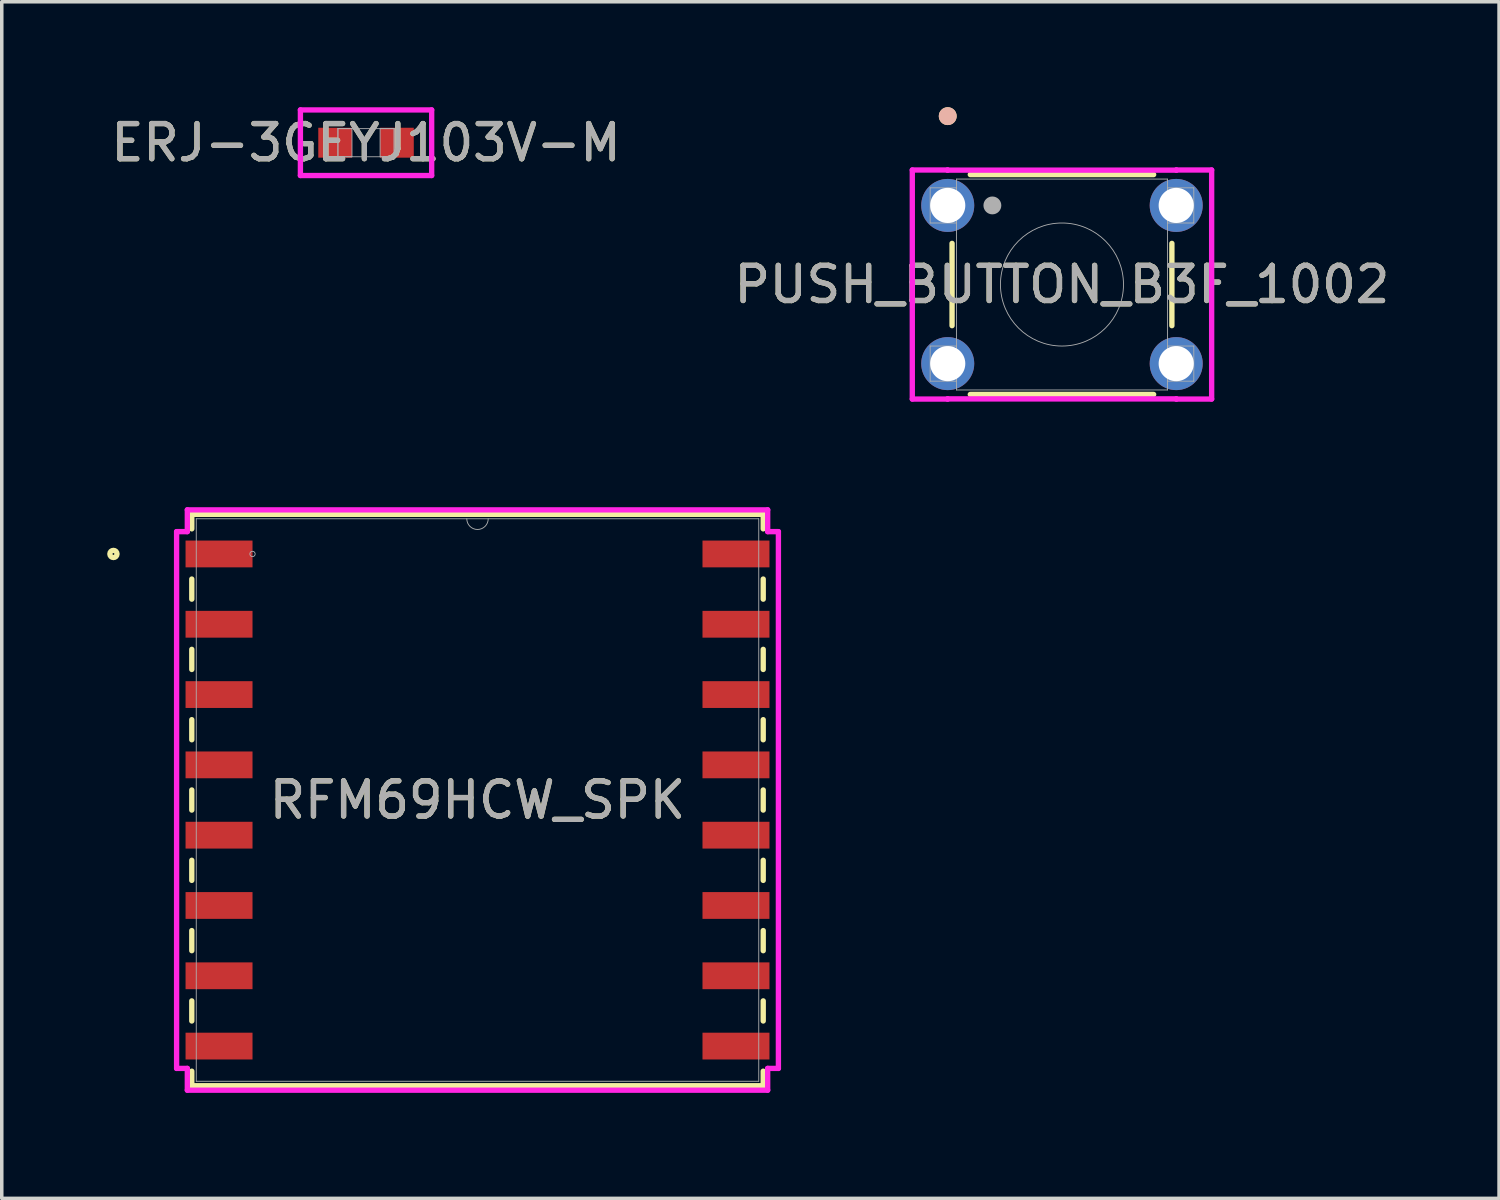
<source format=kicad_pcb>
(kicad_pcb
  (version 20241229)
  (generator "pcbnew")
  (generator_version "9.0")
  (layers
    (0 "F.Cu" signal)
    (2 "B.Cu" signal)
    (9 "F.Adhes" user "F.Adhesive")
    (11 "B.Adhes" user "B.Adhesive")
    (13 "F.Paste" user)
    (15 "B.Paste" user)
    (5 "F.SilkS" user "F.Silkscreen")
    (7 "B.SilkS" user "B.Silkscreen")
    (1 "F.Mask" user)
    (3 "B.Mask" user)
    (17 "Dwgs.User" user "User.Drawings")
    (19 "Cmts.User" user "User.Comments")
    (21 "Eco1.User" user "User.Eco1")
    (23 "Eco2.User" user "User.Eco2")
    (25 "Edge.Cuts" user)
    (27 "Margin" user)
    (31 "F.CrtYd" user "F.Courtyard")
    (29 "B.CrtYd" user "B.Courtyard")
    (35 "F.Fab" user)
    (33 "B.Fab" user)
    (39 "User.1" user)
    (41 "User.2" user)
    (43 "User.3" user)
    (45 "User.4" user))
  (footprint "PUSH_BUTTON_B3F_1002"
    (layer "F.Cu")
    (at 23.911 2.794)
    (property "Reference" "PUSH_BUTTON_B3F_1002" (at 3.25 2.25 0) (unlocked yes) (layer "F.SilkS") (effects (font (size 1 1) (thickness 0.15))))
    (attr through_hole)
    (fp_line (start 0.123 1.08) (end 0.123 3.42) (stroke (width 0.152) (type solid)) (layer "F.SilkS"))
    (fp_line (start 0.642 5.377) (end 5.858 5.377) (stroke (width 0.152) (type solid)) (layer "F.SilkS"))
    (fp_line (start 5.858 -0.877) (end 0.642 -0.877) (stroke (width 0.152) (type solid)) (layer "F.SilkS"))
    (fp_line (start 6.377 3.42) (end 6.377 1.08) (stroke (width 0.152) (type solid)) (layer "F.SilkS"))
    (fp_circle (center 0 -2.54) (end 0.127 -2.54) (stroke (width 0.254) (type solid)) (fill no) (layer "F.SilkS"))
    (fp_circle (center 0 -2.54) (end 0.127 -2.54) (stroke (width 0.254) (type solid)) (fill no) (layer "B.SilkS"))
    (fp_line (start -1.008 -1.008) (end -0.004 -1.008) (stroke (width 0.152) (type solid)) (layer "F.CrtYd"))
    (fp_line (start -1.008 5.508) (end -1.008 -1.008) (stroke (width 0.152) (type solid)) (layer "F.CrtYd"))
    (fp_line (start -1.008 5.508) (end -0.004 5.508) (stroke (width 0.152) (type solid)) (layer "F.CrtYd"))
    (fp_line (start -0.004 -1.008) (end -0.004 -1.004) (stroke (width 0.152) (type solid)) (layer "F.CrtYd"))
    (fp_line (start -0.004 -1.004) (end 6.504 -1.004) (stroke (width 0.152) (type solid)) (layer "F.CrtYd"))
    (fp_line (start -0.004 5.504) (end -0.004 5.508) (stroke (width 0.152) (type solid)) (layer "F.CrtYd"))
    (fp_line (start 6.504 -1.004) (end 6.504 -1.008) (stroke (width 0.152) (type solid)) (layer "F.CrtYd"))
    (fp_line (start 6.504 5.504) (end -0.004 5.504) (stroke (width 0.152) (type solid)) (layer "F.CrtYd"))
    (fp_line (start 6.504 5.508) (end 6.504 5.504) (stroke (width 0.152) (type solid)) (layer "F.CrtYd"))
    (fp_line (start 7.508 -1.008) (end 6.504 -1.008) (stroke (width 0.152) (type solid)) (layer "F.CrtYd"))
    (fp_line (start 7.508 -1.008) (end 7.508 5.508) (stroke (width 0.152) (type solid)) (layer "F.CrtYd"))
    (fp_line (start 7.508 5.508) (end 6.504 5.508) (stroke (width 0.152) (type solid)) (layer "F.CrtYd"))
    (fp_line (start -0.5 -0.5) (end -0.5 0.5) (stroke (width 0.025) (type solid)) (layer "F.Fab"))
    (fp_line (start -0.5 0.5) (end 0.25 0.5) (stroke (width 0.025) (type solid)) (layer "F.Fab"))
    (fp_line (start -0.5 4) (end -0.5 5) (stroke (width 0.025) (type solid)) (layer "F.Fab"))
    (fp_line (start -0.5 5) (end 0.25 5) (stroke (width 0.025) (type solid)) (layer "F.Fab"))
    (fp_line (start 0.25 -0.75) (end 0.25 5.25) (stroke (width 0.025) (type solid)) (layer "F.Fab"))
    (fp_line (start 0.25 5.25) (end 6.25 5.25) (stroke (width 0.025) (type solid)) (layer "F.Fab"))
    (fp_line (start 0.25 -0.5) (end -0.5 -0.5) (stroke (width 0.025) (type solid)) (layer "F.Fab"))
    (fp_line (start 0.25 0.5) (end 0.25 -0.5) (stroke (width 0.025) (type solid)) (layer "F.Fab"))
    (fp_line (start 0.25 4) (end -0.5 4) (stroke (width 0.025) (type solid)) (layer "F.Fab"))
    (fp_line (start 0.25 5) (end 0.25 4) (stroke (width 0.025) (type solid)) (layer "F.Fab"))
    (fp_line (start 6.25 -0.5) (end 6.25 0.5) (stroke (width 0.025) (type solid)) (layer "F.Fab"))
    (fp_line (start 6.25 0.5) (end 7 0.5) (stroke (width 0.025) (type solid)) (layer "F.Fab"))
    (fp_line (start 6.25 4) (end 6.25 5) (stroke (width 0.025) (type solid)) (layer "F.Fab"))
    (fp_line (start 6.25 5) (end 7 5) (stroke (width 0.025) (type solid)) (layer "F.Fab"))
    (fp_line (start 6.25 -0.75) (end 0.25 -0.75) (stroke (width 0.025) (type solid)) (layer "F.Fab"))
    (fp_line (start 6.25 5.25) (end 6.25 -0.75) (stroke (width 0.025) (type solid)) (layer "F.Fab"))
    (fp_line (start 7 -0.5) (end 6.25 -0.5) (stroke (width 0.025) (type solid)) (layer "F.Fab"))
    (fp_line (start 7 0.5) (end 7 -0.5) (stroke (width 0.025) (type solid)) (layer "F.Fab"))
    (fp_line (start 7 4) (end 6.25 4) (stroke (width 0.025) (type solid)) (layer "F.Fab"))
    (fp_line (start 7 5) (end 7 4) (stroke (width 0.025) (type solid)) (layer "F.Fab"))
    (fp_circle (center 1.27 0) (end 1.397 0) (stroke (width 0.254) (type solid)) (fill no) (layer "F.Fab"))
    (fp_circle (center 3.25 2.25) (end 5 2.25) (stroke (width 0.025) (type solid)) (fill no) (layer "F.Fab"))
    (fp_text user "${REFERENCE}" (at 3.25 2.25 0) (unlocked yes) (layer "F.Fab") (effects (font (size 1 1) (thickness 0.15))))
    (pad "1" thru_hole circle (at 0 0) (size 1.508 1.508) (drill 1) (layers "*.Cu" "*.Mask"))
    (pad "2" thru_hole circle (at 6.5 0) (size 1.508 1.508) (drill 1) (layers "*.Cu" "*.Mask"))
    (pad "3" thru_hole circle (at 0 4.5) (size 1.508 1.508) (drill 1) (layers "*.Cu" "*.Mask"))
    (pad "4" thru_hole circle (at 6.5 4.5) (size 1.508 1.508) (drill 1) (layers "*.Cu" "*.Mask")))
  (footprint "ERJ-3GEYJ103V-M"
    (layer "F.Cu")
    (at 7.363 1.01)
    (property "Reference" "ERJ-3GEYJ103V-M" (at 0 0 0) (unlocked yes) (layer "F.SilkS") (effects (font (size 1 1) (thickness 0.15))))
    (attr smd)
    (fp_line (start -1.867 -0.933) (end 1.867 -0.933) (stroke (width 0.152) (type solid)) (layer "F.CrtYd"))
    (fp_line (start -1.867 0.933) (end -1.867 -0.933) (stroke (width 0.152) (type solid)) (layer "F.CrtYd"))
    (fp_line (start 1.867 -0.933) (end 1.867 0.933) (stroke (width 0.152) (type solid)) (layer "F.CrtYd"))
    (fp_line (start 1.867 0.933) (end -1.867 0.933) (stroke (width 0.152) (type solid)) (layer "F.CrtYd"))
    (fp_line (start -0.8 -0.4) (end -0.8 0.4) (stroke (width 0.025) (type solid)) (layer "F.Fab"))
    (fp_line (start -0.8 -0.4) (end -0.8 0.4) (stroke (width 0.025) (type solid)) (layer "F.Fab"))
    (fp_line (start -0.8 0.4) (end -0.4 0.4) (stroke (width 0.025) (type solid)) (layer "F.Fab"))
    (fp_line (start -0.8 0.4) (end 0.8 0.4) (stroke (width 0.025) (type solid)) (layer "F.Fab"))
    (fp_line (start -0.4 -0.4) (end -0.8 -0.4) (stroke (width 0.025) (type solid)) (layer "F.Fab"))
    (fp_line (start -0.4 0.4) (end -0.4 -0.4) (stroke (width 0.025) (type solid)) (layer "F.Fab"))
    (fp_line (start 0.4 -0.4) (end 0.4 0.4) (stroke (width 0.025) (type solid)) (layer "F.Fab"))
    (fp_line (start 0.4 0.4) (end 0.8 0.4) (stroke (width 0.025) (type solid)) (layer "F.Fab"))
    (fp_line (start 0.8 -0.4) (end -0.8 -0.4) (stroke (width 0.025) (type solid)) (layer "F.Fab"))
    (fp_line (start 0.8 -0.4) (end 0.4 -0.4) (stroke (width 0.025) (type solid)) (layer "F.Fab"))
    (fp_line (start 0.8 0.4) (end 0.8 -0.4) (stroke (width 0.025) (type solid)) (layer "F.Fab"))
    (fp_line (start 0.8 0.4) (end 0.8 -0.4) (stroke (width 0.025) (type solid)) (layer "F.Fab"))
    (fp_text user "${REFERENCE}" (at 0 0 0) (unlocked yes) (layer "F.Fab") (effects (font (size 1 1) (thickness 0.15))))
    (pad "1" smd rect (at -0.879 0) (size 0.959 0.851) (layers "F.Cu" "F.Mask" "F.Paste"))
    (pad "2" smd rect (at 0.879 0) (size 0.959 0.851) (layers "F.Cu" "F.Mask" "F.Paste"))
    (zone (net_name "") (layer "F.Cu") (hatch full 0.508) (connect_pads) (min_thickness 0.254) (filled_areas_thickness no) (keepout (tracks not_allowed) (vias not_allowed) (pads allowed) (copperpour not_allowed) (footprints allowed)) (placement (enabled no)) (fill) (polygon (pts (xy 7.014 0.66) (xy 7.712 0.66) (xy 7.712 1.359) (xy 7.014 1.359)))))
  (footprint "RFM69HCW_SPK"
    (layer "F.Cu")
    (at 10.534 19.709)
    (property "Reference" "RFM69HCW_SPK" (at 0 0 0) (unlocked yes) (layer "F.SilkS") (effects (font (size 1 1) (thickness 0.15))))
    (attr smd)
    (fp_line (start -8.128 -8.128) (end -8.128 -7.714) (stroke (width 0.152) (type solid)) (layer "F.SilkS"))
    (fp_line (start -8.128 -6.286) (end -8.128 -5.714) (stroke (width 0.152) (type solid)) (layer "F.SilkS"))
    (fp_line (start -8.128 -4.286) (end -8.128 -3.714) (stroke (width 0.152) (type solid)) (layer "F.SilkS"))
    (fp_line (start -8.128 -2.286) (end -8.128 -1.714) (stroke (width 0.152) (type solid)) (layer "F.SilkS"))
    (fp_line (start -8.128 -0.286) (end -8.128 0.286) (stroke (width 0.152) (type solid)) (layer "F.SilkS"))
    (fp_line (start -8.128 1.714) (end -8.128 2.286) (stroke (width 0.152) (type solid)) (layer "F.SilkS"))
    (fp_line (start -8.128 3.714) (end -8.128 4.286) (stroke (width 0.152) (type solid)) (layer "F.SilkS"))
    (fp_line (start -8.128 5.714) (end -8.128 6.286) (stroke (width 0.152) (type solid)) (layer "F.SilkS"))
    (fp_line (start -8.128 7.714) (end -8.128 8.128) (stroke (width 0.152) (type solid)) (layer "F.SilkS"))
    (fp_line (start -8.128 8.128) (end 8.128 8.128) (stroke (width 0.152) (type solid)) (layer "F.SilkS"))
    (fp_line (start 8.128 -8.128) (end -8.128 -8.128) (stroke (width 0.152) (type solid)) (layer "F.SilkS"))
    (fp_line (start 8.128 -7.714) (end 8.128 -8.128) (stroke (width 0.152) (type solid)) (layer "F.SilkS"))
    (fp_line (start 8.128 -5.714) (end 8.128 -6.286) (stroke (width 0.152) (type solid)) (layer "F.SilkS"))
    (fp_line (start 8.128 -3.714) (end 8.128 -4.286) (stroke (width 0.152) (type solid)) (layer "F.SilkS"))
    (fp_line (start 8.128 -1.714) (end 8.128 -2.286) (stroke (width 0.152) (type solid)) (layer "F.SilkS"))
    (fp_line (start 8.128 0.286) (end 8.128 -0.286) (stroke (width 0.152) (type solid)) (layer "F.SilkS"))
    (fp_line (start 8.128 2.286) (end 8.128 1.714) (stroke (width 0.152) (type solid)) (layer "F.SilkS"))
    (fp_line (start 8.128 4.286) (end 8.128 3.714) (stroke (width 0.152) (type solid)) (layer "F.SilkS"))
    (fp_line (start 8.128 6.286) (end 8.128 5.714) (stroke (width 0.152) (type solid)) (layer "F.SilkS"))
    (fp_line (start 8.128 8.128) (end 8.128 7.714) (stroke (width 0.152) (type solid)) (layer "F.SilkS"))
    (fp_circle (center -10.357 -7) (end -10.255 -7) (stroke (width 0.152) (type solid)) (fill no) (layer "F.SilkS"))
    (fp_line (start -8.56 -7.635) (end -8.255 -7.635) (stroke (width 0.152) (type solid)) (layer "F.CrtYd"))
    (fp_line (start -8.56 7.635) (end -8.56 -7.635) (stroke (width 0.152) (type solid)) (layer "F.CrtYd"))
    (fp_line (start -8.56 7.635) (end -8.255 7.635) (stroke (width 0.152) (type solid)) (layer "F.CrtYd"))
    (fp_line (start -8.255 -8.255) (end 8.255 -8.255) (stroke (width 0.152) (type solid)) (layer "F.CrtYd"))
    (fp_line (start -8.255 -7.635) (end -8.255 -8.255) (stroke (width 0.152) (type solid)) (layer "F.CrtYd"))
    (fp_line (start -8.255 8.255) (end -8.255 7.635) (stroke (width 0.152) (type solid)) (layer "F.CrtYd"))
    (fp_line (start 8.255 -8.255) (end 8.255 -7.635) (stroke (width 0.152) (type solid)) (layer "F.CrtYd"))
    (fp_line (start 8.255 7.635) (end 8.255 8.255) (stroke (width 0.152) (type solid)) (layer "F.CrtYd"))
    (fp_line (start 8.255 8.255) (end -8.255 8.255) (stroke (width 0.152) (type solid)) (layer "F.CrtYd"))
    (fp_line (start 8.56 -7.635) (end 8.255 -7.635) (stroke (width 0.152) (type solid)) (layer "F.CrtYd"))
    (fp_line (start 8.56 -7.635) (end 8.56 7.635) (stroke (width 0.152) (type solid)) (layer "F.CrtYd"))
    (fp_line (start 8.56 7.635) (end 8.255 7.635) (stroke (width 0.152) (type solid)) (layer "F.CrtYd"))
    (fp_line (start -8.001 -8.001) (end -8.001 8.001) (stroke (width 0.025) (type solid)) (layer "F.Fab"))
    (fp_line (start -8.001 8.001) (end 8.001 8.001) (stroke (width 0.025) (type solid)) (layer "F.Fab"))
    (fp_line (start 8.001 -8.001) (end -8.001 -8.001) (stroke (width 0.025) (type solid)) (layer "F.Fab"))
    (fp_line (start 8.001 8.001) (end 8.001 -8.001) (stroke (width 0.025) (type solid)) (layer "F.Fab"))
    (fp_arc (start 0.3048 -8.001) (mid 0 -7.6962) (end -0.3048 -8.001) (stroke (width 0.0254) (type solid)) (layer "F.Fab"))
    (fp_circle (center -6.401 -7) (end -6.325 -7) (stroke (width 0.025) (type solid)) (fill no) (layer "F.Fab"))
    (fp_text user "${REFERENCE}" (at 0 0 0) (unlocked yes) (layer "F.Fab") (effects (font (size 1 1) (thickness 0.15))))
    (pad "1" smd rect (at -7.353 -7) (size 1.905 0.762) (layers "F.Cu" "F.Mask" "F.Paste"))
    (pad "2" smd rect (at -7.353 -5) (size 1.905 0.762) (layers "F.Cu" "F.Mask" "F.Paste"))
    (pad "3" smd rect (at -7.353 -3) (size 1.905 0.762) (layers "F.Cu" "F.Mask" "F.Paste"))
    (pad "4" smd rect (at -7.353 -1) (size 1.905 0.762) (layers "F.Cu" "F.Mask" "F.Paste"))
    (pad "5" smd rect (at -7.353 1) (size 1.905 0.762) (layers "F.Cu" "F.Mask" "F.Paste"))
    (pad "6" smd rect (at -7.353 3) (size 1.905 0.762) (layers "F.Cu" "F.Mask" "F.Paste"))
    (pad "7" smd rect (at -7.353 5) (size 1.905 0.762) (layers "F.Cu" "F.Mask" "F.Paste"))
    (pad "8" smd rect (at -7.353 7) (size 1.905 0.762) (layers "F.Cu" "F.Mask" "F.Paste"))
    (pad "9" smd rect (at 7.353 7) (size 1.905 0.762) (layers "F.Cu" "F.Mask" "F.Paste"))
    (pad "10" smd rect (at 7.353 5) (size 1.905 0.762) (layers "F.Cu" "F.Mask" "F.Paste"))
    (pad "11" smd rect (at 7.353 3) (size 1.905 0.762) (layers "F.Cu" "F.Mask" "F.Paste"))
    (pad "12" smd rect (at 7.353 1) (size 1.905 0.762) (layers "F.Cu" "F.Mask" "F.Paste"))
    (pad "13" smd rect (at 7.353 -1) (size 1.905 0.762) (layers "F.Cu" "F.Mask" "F.Paste"))
    (pad "14" smd rect (at 7.353 -3) (size 1.905 0.762) (layers "F.Cu" "F.Mask" "F.Paste"))
    (pad "15" smd rect (at 7.353 -5) (size 1.905 0.762) (layers "F.Cu" "F.Mask" "F.Paste"))
    (pad "16" smd rect (at 7.353 -7) (size 1.905 0.762) (layers "F.Cu" "F.Mask" "F.Paste")))
  (gr_rect
    (start -3 -3)
    (end 39.595 31.041)
    (stroke (width 0.1) (type default))
    (fill no)
    (layer "Edge.Cuts")))
</source>
